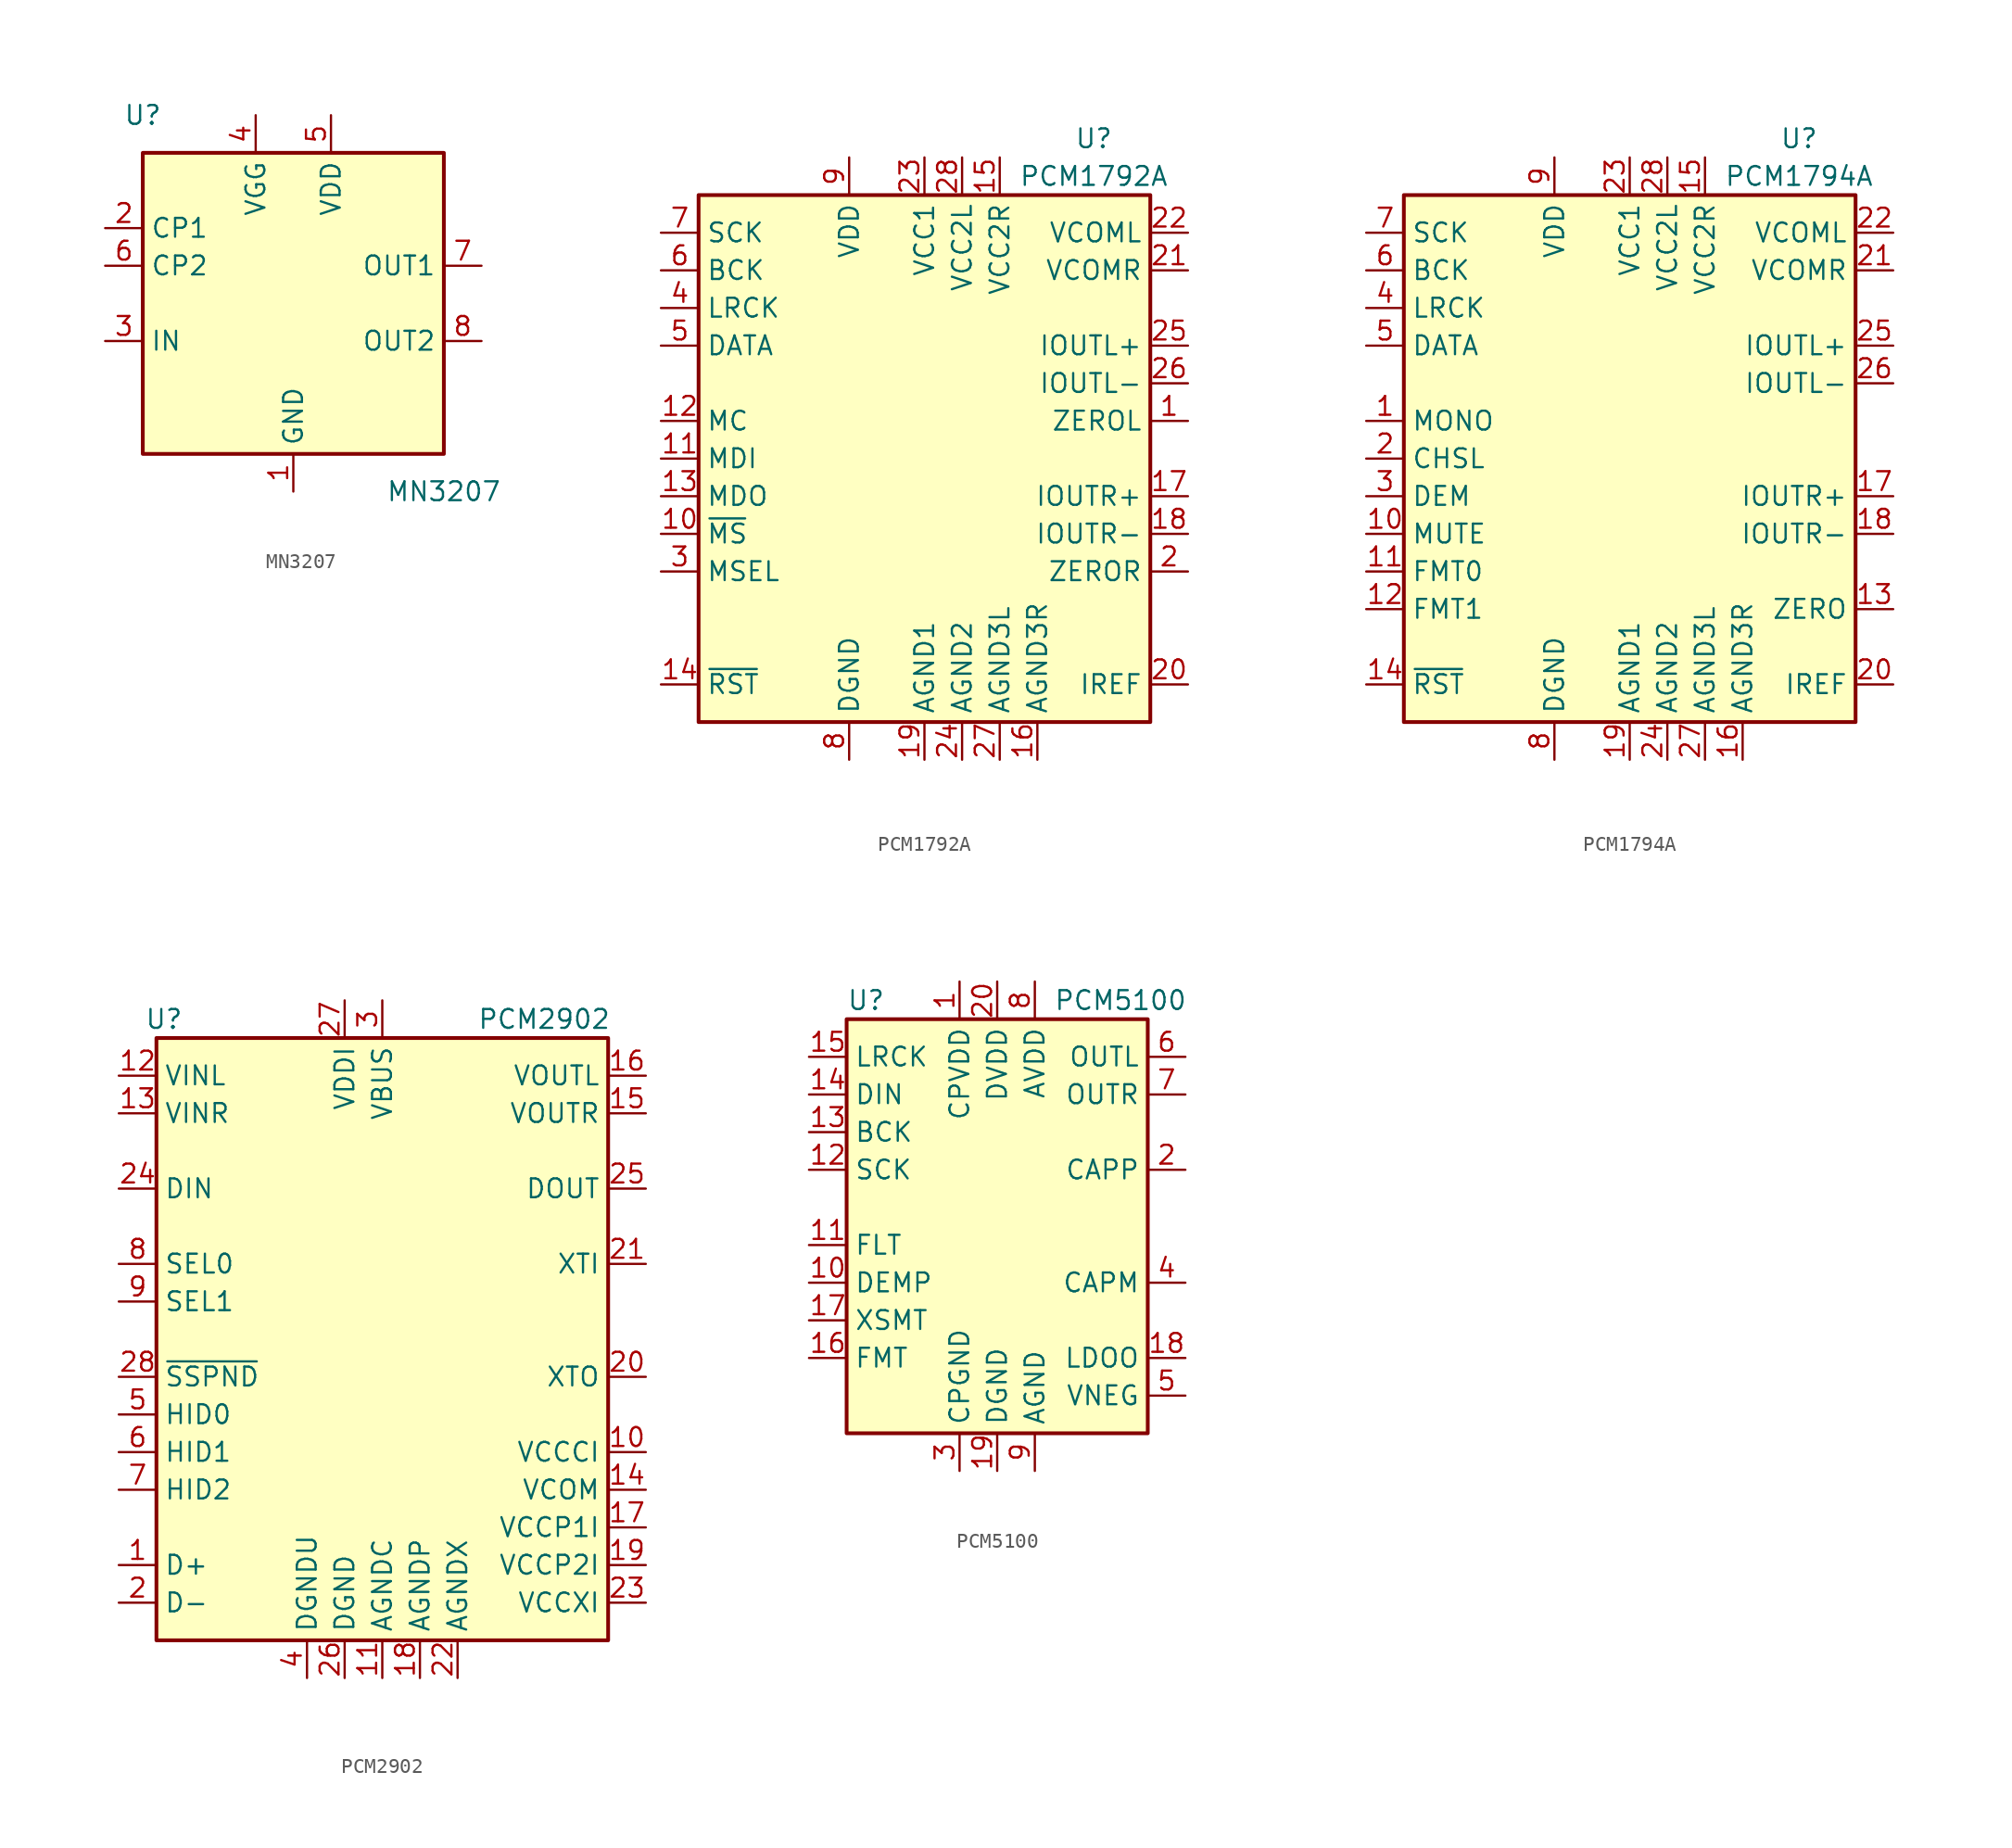
<source format=kicad_sym>
(kicad_symbol_lib
  (version 20231120)
  (generator "kicad_symbol_editor")
  (generator_version "8.0")
  (symbol "MN3207"
    (property "Reference" "U"
      (at -10.16 12.7 0)
      (effects (font (size 1.27 1.27))))
    (property "Value" "MN3207"
      (at 10.16 -12.7 0)
      (effects (font (size 1.27 1.27))))
    (symbol "MN3207_0_1"
      (rectangle (start -10.16 10.16) (end 10.16 -10.16) (stroke (width 0.254) (type solid)) (fill (type background))))
    (symbol "MN3207_1_1"
      (pin power_in line (at 0 -12.7 90) (length 2.54) (name "GND" (effects (font (size 1.27 1.27)))) (number "1" (effects (font (size 1.27 1.27)))))
      (pin input line (at -12.7 5.08 0) (length 2.54) (name "CP1" (effects (font (size 1.27 1.27)))) (number "2" (effects (font (size 1.27 1.27)))))
      (pin input line (at -12.7 -2.54 0) (length 2.54) (name "IN" (effects (font (size 1.27 1.27)))) (number "3" (effects (font (size 1.27 1.27)))))
      (pin power_in line (at -2.54 12.7 270) (length 2.54) (name "VGG" (effects (font (size 1.27 1.27)))) (number "4" (effects (font (size 1.27 1.27)))))
      (pin power_in line (at 2.54 12.7 270) (length 2.54) (name "VDD" (effects (font (size 1.27 1.27)))) (number "5" (effects (font (size 1.27 1.27)))))
      (pin input line (at -12.7 2.54 0) (length 2.54) (name "CP2" (effects (font (size 1.27 1.27)))) (number "6" (effects (font (size 1.27 1.27)))))
      (pin output line (at 12.7 2.54 180) (length 2.54) (name "OUT1" (effects (font (size 1.27 1.27)))) (number "7" (effects (font (size 1.27 1.27)))))
      (pin output line (at 12.7 -2.54 180) (length 2.54) (name "OUT2" (effects (font (size 1.27 1.27)))) (number "8" (effects (font (size 1.27 1.27)))))))
  (symbol "PCM1792A"
    (property "Reference" "U"
      (at 11.43 21.59 0)
      (effects (font (size 1.27 1.27))))
    (property "Value" "PCM1792A"
      (at 11.43 19.05 0)
      (effects (font (size 1.27 1.27))))
    (symbol "PCM1792A_0_1"
      (rectangle (start -15.24 17.78) (end 15.24 -17.78) (stroke (width 0.254) (type solid)) (fill (type background))))
    (symbol "PCM1792A_1_1"
      (pin output line (at 17.78 2.54 180) (length 2.54) (name "ZEROL" (effects (font (size 1.27 1.27)))) (number "1" (effects (font (size 1.27 1.27)))))
      (pin input line (at -17.78 -5.08 0) (length 2.54) (name "~{MS}" (effects (font (size 1.27 1.27)))) (number "10" (effects (font (size 1.27 1.27)))))
      (pin input line (at -17.78 0 0) (length 2.54) (name "MDI" (effects (font (size 1.27 1.27)))) (number "11" (effects (font (size 1.27 1.27)))))
      (pin input line (at -17.78 2.54 0) (length 2.54) (name "MC" (effects (font (size 1.27 1.27)))) (number "12" (effects (font (size 1.27 1.27)))))
      (pin bidirectional line (at -17.78 -2.54 0) (length 2.54) (name "MDO" (effects (font (size 1.27 1.27)))) (number "13" (effects (font (size 1.27 1.27)))))
      (pin input line (at -17.78 -15.24 0) (length 2.54) (name "~{RST}" (effects (font (size 1.27 1.27)))) (number "14" (effects (font (size 1.27 1.27)))))
      (pin power_in line (at 5.08 20.32 270) (length 2.54) (name "VCC2R" (effects (font (size 1.27 1.27)))) (number "15" (effects (font (size 1.27 1.27)))))
      (pin power_in line (at 7.62 -20.32 90) (length 2.54) (name "AGND3R" (effects (font (size 1.27 1.27)))) (number "16" (effects (font (size 1.27 1.27)))))
      (pin output line (at 17.78 -2.54 180) (length 2.54) (name "IOUTR+" (effects (font (size 1.27 1.27)))) (number "17" (effects (font (size 1.27 1.27)))))
      (pin output line (at 17.78 -5.08 180) (length 2.54) (name "IOUTR-" (effects (font (size 1.27 1.27)))) (number "18" (effects (font (size 1.27 1.27)))))
      (pin power_in line (at 0 -20.32 90) (length 2.54) (name "AGND1" (effects (font (size 1.27 1.27)))) (number "19" (effects (font (size 1.27 1.27)))))
      (pin output line (at 17.78 -7.62 180) (length 2.54) (name "ZEROR" (effects (font (size 1.27 1.27)))) (number "2" (effects (font (size 1.27 1.27)))))
      (pin passive line (at 17.78 -15.24 180) (length 2.54) (name "IREF" (effects (font (size 1.27 1.27)))) (number "20" (effects (font (size 1.27 1.27)))))
      (pin output line (at 17.78 12.7 180) (length 2.54) (name "VCOMR" (effects (font (size 1.27 1.27)))) (number "21" (effects (font (size 1.27 1.27)))))
      (pin passive line (at 17.78 15.24 180) (length 2.54) (name "VCOML" (effects (font (size 1.27 1.27)))) (number "22" (effects (font (size 1.27 1.27)))))
      (pin power_in line (at 0 20.32 270) (length 2.54) (name "VCC1" (effects (font (size 1.27 1.27)))) (number "23" (effects (font (size 1.27 1.27)))))
      (pin power_in line (at 2.54 -20.32 90) (length 2.54) (name "AGND2" (effects (font (size 1.27 1.27)))) (number "24" (effects (font (size 1.27 1.27)))))
      (pin output line (at 17.78 7.62 180) (length 2.54) (name "IOUTL+" (effects (font (size 1.27 1.27)))) (number "25" (effects (font (size 1.27 1.27)))))
      (pin output line (at 17.78 5.08 180) (length 2.54) (name "IOUTL-" (effects (font (size 1.27 1.27)))) (number "26" (effects (font (size 1.27 1.27)))))
      (pin power_in line (at 5.08 -20.32 90) (length 2.54) (name "AGND3L" (effects (font (size 1.27 1.27)))) (number "27" (effects (font (size 1.27 1.27)))))
      (pin power_in line (at 2.54 20.32 270) (length 2.54) (name "VCC2L" (effects (font (size 1.27 1.27)))) (number "28" (effects (font (size 1.27 1.27)))))
      (pin input line (at -17.78 -7.62 0) (length 2.54) (name "MSEL" (effects (font (size 1.27 1.27)))) (number "3" (effects (font (size 1.27 1.27)))))
      (pin input line (at -17.78 10.16 0) (length 2.54) (name "LRCK" (effects (font (size 1.27 1.27)))) (number "4" (effects (font (size 1.27 1.27)))))
      (pin input line (at -17.78 7.62 0) (length 2.54) (name "DATA" (effects (font (size 1.27 1.27)))) (number "5" (effects (font (size 1.27 1.27)))))
      (pin input line (at -17.78 12.7 0) (length 2.54) (name "BCK" (effects (font (size 1.27 1.27)))) (number "6" (effects (font (size 1.27 1.27)))))
      (pin input line (at -17.78 15.24 0) (length 2.54) (name "SCK" (effects (font (size 1.27 1.27)))) (number "7" (effects (font (size 1.27 1.27)))))
      (pin power_in line (at -5.08 -20.32 90) (length 2.54) (name "DGND" (effects (font (size 1.27 1.27)))) (number "8" (effects (font (size 1.27 1.27)))))
      (pin power_in line (at -5.08 20.32 270) (length 2.54) (name "VDD" (effects (font (size 1.27 1.27)))) (number "9" (effects (font (size 1.27 1.27)))))))
  (symbol "PCM1794A"
    (property "Reference" "U"
      (at 11.43 21.59 0)
      (effects (font (size 1.27 1.27))))
    (property "Value" "PCM1794A"
      (at 11.43 19.05 0)
      (effects (font (size 1.27 1.27))))
    (symbol "PCM1794A_0_1"
      (rectangle (start -15.24 17.78) (end 15.24 -17.78) (stroke (width 0.254) (type solid)) (fill (type background))))
    (symbol "PCM1794A_1_1"
      (pin input line (at -17.78 2.54 0) (length 2.54) (name "MONO" (effects (font (size 1.27 1.27)))) (number "1" (effects (font (size 1.27 1.27)))))
      (pin input line (at -17.78 -5.08 0) (length 2.54) (name "MUTE" (effects (font (size 1.27 1.27)))) (number "10" (effects (font (size 1.27 1.27)))))
      (pin input line (at -17.78 -7.62 0) (length 2.54) (name "FMT0" (effects (font (size 1.27 1.27)))) (number "11" (effects (font (size 1.27 1.27)))))
      (pin input line (at -17.78 -10.16 0) (length 2.54) (name "FMT1" (effects (font (size 1.27 1.27)))) (number "12" (effects (font (size 1.27 1.27)))))
      (pin open_collector line (at 17.78 -10.16 180) (length 2.54) (name "ZERO" (effects (font (size 1.27 1.27)))) (number "13" (effects (font (size 1.27 1.27)))))
      (pin input line (at -17.78 -15.24 0) (length 2.54) (name "~{RST}" (effects (font (size 1.27 1.27)))) (number "14" (effects (font (size 1.27 1.27)))))
      (pin power_in line (at 5.08 20.32 270) (length 2.54) (name "VCC2R" (effects (font (size 1.27 1.27)))) (number "15" (effects (font (size 1.27 1.27)))))
      (pin power_in line (at 7.62 -20.32 90) (length 2.54) (name "AGND3R" (effects (font (size 1.27 1.27)))) (number "16" (effects (font (size 1.27 1.27)))))
      (pin output line (at 17.78 -2.54 180) (length 2.54) (name "IOUTR+" (effects (font (size 1.27 1.27)))) (number "17" (effects (font (size 1.27 1.27)))))
      (pin output line (at 17.78 -5.08 180) (length 2.54) (name "IOUTR-" (effects (font (size 1.27 1.27)))) (number "18" (effects (font (size 1.27 1.27)))))
      (pin power_in line (at 0 -20.32 90) (length 2.54) (name "AGND1" (effects (font (size 1.27 1.27)))) (number "19" (effects (font (size 1.27 1.27)))))
      (pin input line (at -17.78 0 0) (length 2.54) (name "CHSL" (effects (font (size 1.27 1.27)))) (number "2" (effects (font (size 1.27 1.27)))))
      (pin passive line (at 17.78 -15.24 180) (length 2.54) (name "IREF" (effects (font (size 1.27 1.27)))) (number "20" (effects (font (size 1.27 1.27)))))
      (pin output line (at 17.78 12.7 180) (length 2.54) (name "VCOMR" (effects (font (size 1.27 1.27)))) (number "21" (effects (font (size 1.27 1.27)))))
      (pin passive line (at 17.78 15.24 180) (length 2.54) (name "VCOML" (effects (font (size 1.27 1.27)))) (number "22" (effects (font (size 1.27 1.27)))))
      (pin power_in line (at 0 20.32 270) (length 2.54) (name "VCC1" (effects (font (size 1.27 1.27)))) (number "23" (effects (font (size 1.27 1.27)))))
      (pin power_in line (at 2.54 -20.32 90) (length 2.54) (name "AGND2" (effects (font (size 1.27 1.27)))) (number "24" (effects (font (size 1.27 1.27)))))
      (pin output line (at 17.78 7.62 180) (length 2.54) (name "IOUTL+" (effects (font (size 1.27 1.27)))) (number "25" (effects (font (size 1.27 1.27)))))
      (pin output line (at 17.78 5.08 180) (length 2.54) (name "IOUTL-" (effects (font (size 1.27 1.27)))) (number "26" (effects (font (size 1.27 1.27)))))
      (pin power_in line (at 5.08 -20.32 90) (length 2.54) (name "AGND3L" (effects (font (size 1.27 1.27)))) (number "27" (effects (font (size 1.27 1.27)))))
      (pin power_in line (at 2.54 20.32 270) (length 2.54) (name "VCC2L" (effects (font (size 1.27 1.27)))) (number "28" (effects (font (size 1.27 1.27)))))
      (pin input line (at -17.78 -2.54 0) (length 2.54) (name "DEM" (effects (font (size 1.27 1.27)))) (number "3" (effects (font (size 1.27 1.27)))))
      (pin input line (at -17.78 10.16 0) (length 2.54) (name "LRCK" (effects (font (size 1.27 1.27)))) (number "4" (effects (font (size 1.27 1.27)))))
      (pin input line (at -17.78 7.62 0) (length 2.54) (name "DATA" (effects (font (size 1.27 1.27)))) (number "5" (effects (font (size 1.27 1.27)))))
      (pin input line (at -17.78 12.7 0) (length 2.54) (name "BCK" (effects (font (size 1.27 1.27)))) (number "6" (effects (font (size 1.27 1.27)))))
      (pin input line (at -17.78 15.24 0) (length 2.54) (name "SCK" (effects (font (size 1.27 1.27)))) (number "7" (effects (font (size 1.27 1.27)))))
      (pin power_in line (at -5.08 -20.32 90) (length 2.54) (name "DGND" (effects (font (size 1.27 1.27)))) (number "8" (effects (font (size 1.27 1.27)))))
      (pin power_in line (at -5.08 20.32 270) (length 2.54) (name "VDD" (effects (font (size 1.27 1.27)))) (number "9" (effects (font (size 1.27 1.27)))))))
  (symbol "PCM2902"
    (property "Reference" "U"
      (at -14.732 21.59 0)
      (effects (font (size 1.27 1.27))))
    (property "Value" "PCM2902"
      (at 10.922 21.59 0)
      (effects (font (size 1.27 1.27))))
    (symbol "PCM2902_0_1"
      (rectangle (start -15.24 20.32) (end 15.24 -20.32) (stroke (width 0.254) (type solid)) (fill (type background))))
    (symbol "PCM2902_1_1"
      (pin bidirectional line (at -17.78 -15.24 0) (length 2.54) (name "D+" (effects (font (size 1.27 1.27)))) (number "1" (effects (font (size 1.27 1.27)))))
      (pin passive line (at 17.78 -7.62 180) (length 2.54) (name "VCCCI" (effects (font (size 1.27 1.27)))) (number "10" (effects (font (size 1.27 1.27)))))
      (pin power_in line (at 0 -22.86 90) (length 2.54) (name "AGNDC" (effects (font (size 1.27 1.27)))) (number "11" (effects (font (size 1.27 1.27)))))
      (pin input line (at -17.78 17.78 0) (length 2.54) (name "VINL" (effects (font (size 1.27 1.27)))) (number "12" (effects (font (size 1.27 1.27)))))
      (pin input line (at -17.78 15.24 0) (length 2.54) (name "VINR" (effects (font (size 1.27 1.27)))) (number "13" (effects (font (size 1.27 1.27)))))
      (pin passive line (at 17.78 -10.16 180) (length 2.54) (name "VCOM" (effects (font (size 1.27 1.27)))) (number "14" (effects (font (size 1.27 1.27)))))
      (pin output line (at 17.78 15.24 180) (length 2.54) (name "VOUTR" (effects (font (size 1.27 1.27)))) (number "15" (effects (font (size 1.27 1.27)))))
      (pin output line (at 17.78 17.78 180) (length 2.54) (name "VOUTL" (effects (font (size 1.27 1.27)))) (number "16" (effects (font (size 1.27 1.27)))))
      (pin passive line (at 17.78 -12.7 180) (length 2.54) (name "VCCP1I" (effects (font (size 1.27 1.27)))) (number "17" (effects (font (size 1.27 1.27)))))
      (pin power_in line (at 2.54 -22.86 90) (length 2.54) (name "AGNDP" (effects (font (size 1.27 1.27)))) (number "18" (effects (font (size 1.27 1.27)))))
      (pin passive line (at 17.78 -15.24 180) (length 2.54) (name "VCCP2I" (effects (font (size 1.27 1.27)))) (number "19" (effects (font (size 1.27 1.27)))))
      (pin bidirectional line (at -17.78 -17.78 0) (length 2.54) (name "D-" (effects (font (size 1.27 1.27)))) (number "2" (effects (font (size 1.27 1.27)))))
      (pin output line (at 17.78 -2.54 180) (length 2.54) (name "XTO" (effects (font (size 1.27 1.27)))) (number "20" (effects (font (size 1.27 1.27)))))
      (pin input line (at 17.78 5.08 180) (length 2.54) (name "XTI" (effects (font (size 1.27 1.27)))) (number "21" (effects (font (size 1.27 1.27)))))
      (pin power_in line (at 5.08 -22.86 90) (length 2.54) (name "AGNDX" (effects (font (size 1.27 1.27)))) (number "22" (effects (font (size 1.27 1.27)))))
      (pin passive line (at 17.78 -17.78 180) (length 2.54) (name "VCCXI" (effects (font (size 1.27 1.27)))) (number "23" (effects (font (size 1.27 1.27)))))
      (pin input line (at -17.78 10.16 0) (length 2.54) (name "DIN" (effects (font (size 1.27 1.27)))) (number "24" (effects (font (size 1.27 1.27)))))
      (pin output line (at 17.78 10.16 180) (length 2.54) (name "DOUT" (effects (font (size 1.27 1.27)))) (number "25" (effects (font (size 1.27 1.27)))))
      (pin power_in line (at -2.54 -22.86 90) (length 2.54) (name "DGND" (effects (font (size 1.27 1.27)))) (number "26" (effects (font (size 1.27 1.27)))))
      (pin power_out line (at -2.54 22.86 270) (length 2.54) (name "VDDI" (effects (font (size 1.27 1.27)))) (number "27" (effects (font (size 1.27 1.27)))))
      (pin output line (at -17.78 -2.54 0) (length 2.54) (name "~{SSPND}" (effects (font (size 1.27 1.27)))) (number "28" (effects (font (size 1.27 1.27)))))
      (pin power_in line (at 0 22.86 270) (length 2.54) (name "VBUS" (effects (font (size 1.27 1.27)))) (number "3" (effects (font (size 1.27 1.27)))))
      (pin power_in line (at -5.08 -22.86 90) (length 2.54) (name "DGNDU" (effects (font (size 1.27 1.27)))) (number "4" (effects (font (size 1.27 1.27)))))
      (pin input line (at -17.78 -5.08 0) (length 2.54) (name "HID0" (effects (font (size 1.27 1.27)))) (number "5" (effects (font (size 1.27 1.27)))))
      (pin input line (at -17.78 -7.62 0) (length 2.54) (name "HID1" (effects (font (size 1.27 1.27)))) (number "6" (effects (font (size 1.27 1.27)))))
      (pin input line (at -17.78 -10.16 0) (length 2.54) (name "HID2" (effects (font (size 1.27 1.27)))) (number "7" (effects (font (size 1.27 1.27)))))
      (pin input line (at -17.78 5.08 0) (length 2.54) (name "SEL0" (effects (font (size 1.27 1.27)))) (number "8" (effects (font (size 1.27 1.27)))))
      (pin input line (at -17.78 2.54 0) (length 2.54) (name "SEL1" (effects (font (size 1.27 1.27)))) (number "9" (effects (font (size 1.27 1.27)))))))
  (symbol "PCM5100"
    (property "Reference" "U"
      (at -10.16 13.97 0)
      (effects (font (size 1.27 1.27)) (justify left)))
    (property "Value" "PCM5100"
      (at 3.81 13.97 0)
      (effects (font (size 1.27 1.27)) (justify left)))
    (symbol "PCM5100_0_1"
      (rectangle (start -10.16 12.7) (end 10.16 -15.24) (stroke (width 0.254) (type solid)) (fill (type background))))
    (symbol "PCM5100_1_1"
      (pin passive line (at -2.54 15.24 270) (length 2.54) (name "CPVDD" (effects (font (size 1.27 1.27)))) (number "1" (effects (font (size 1.27 1.27)))))
      (pin input line (at -12.7 -5.08 0) (length 2.54) (name "DEMP" (effects (font (size 1.27 1.27)))) (number "10" (effects (font (size 1.27 1.27)))))
      (pin input line (at -12.7 -2.54 0) (length 2.54) (name "FLT" (effects (font (size 1.27 1.27)))) (number "11" (effects (font (size 1.27 1.27)))))
      (pin input line (at -12.7 2.54 0) (length 2.54) (name "SCK" (effects (font (size 1.27 1.27)))) (number "12" (effects (font (size 1.27 1.27)))))
      (pin input line (at -12.7 5.08 0) (length 2.54) (name "BCK" (effects (font (size 1.27 1.27)))) (number "13" (effects (font (size 1.27 1.27)))))
      (pin input line (at -12.7 7.62 0) (length 2.54) (name "DIN" (effects (font (size 1.27 1.27)))) (number "14" (effects (font (size 1.27 1.27)))))
      (pin input line (at -12.7 10.16 0) (length 2.54) (name "LRCK" (effects (font (size 1.27 1.27)))) (number "15" (effects (font (size 1.27 1.27)))))
      (pin input line (at -12.7 -10.16 0) (length 2.54) (name "FMT" (effects (font (size 1.27 1.27)))) (number "16" (effects (font (size 1.27 1.27)))))
      (pin input line (at -12.7 -7.62 0) (length 2.54) (name "XSMT" (effects (font (size 1.27 1.27)))) (number "17" (effects (font (size 1.27 1.27)))))
      (pin passive line (at 12.7 -10.16 180) (length 2.54) (name "LDOO" (effects (font (size 1.27 1.27)))) (number "18" (effects (font (size 1.27 1.27)))))
      (pin power_in line (at 0 -17.78 90) (length 2.54) (name "DGND" (effects (font (size 1.27 1.27)))) (number "19" (effects (font (size 1.27 1.27)))))
      (pin passive line (at 12.7 2.54 180) (length 2.54) (name "CAPP" (effects (font (size 1.27 1.27)))) (number "2" (effects (font (size 1.27 1.27)))))
      (pin power_in line (at 0 15.24 270) (length 2.54) (name "DVDD" (effects (font (size 1.27 1.27)))) (number "20" (effects (font (size 1.27 1.27)))))
      (pin power_in line (at -2.54 -17.78 90) (length 2.54) (name "CPGND" (effects (font (size 1.27 1.27)))) (number "3" (effects (font (size 1.27 1.27)))))
      (pin passive line (at 12.7 -5.08 180) (length 2.54) (name "CAPM" (effects (font (size 1.27 1.27)))) (number "4" (effects (font (size 1.27 1.27)))))
      (pin passive line (at 12.7 -12.7 180) (length 2.54) (name "VNEG" (effects (font (size 1.27 1.27)))) (number "5" (effects (font (size 1.27 1.27)))))
      (pin output line (at 12.7 10.16 180) (length 2.54) (name "OUTL" (effects (font (size 1.27 1.27)))) (number "6" (effects (font (size 1.27 1.27)))))
      (pin output line (at 12.7 7.62 180) (length 2.54) (name "OUTR" (effects (font (size 1.27 1.27)))) (number "7" (effects (font (size 1.27 1.27)))))
      (pin power_in line (at 2.54 15.24 270) (length 2.54) (name "AVDD" (effects (font (size 1.27 1.27)))) (number "8" (effects (font (size 1.27 1.27)))))
      (pin power_in line (at 2.54 -17.78 90) (length 2.54) (name "AGND" (effects (font (size 1.27 1.27)))) (number "9" (effects (font (size 1.27 1.27))))))))
</source>
